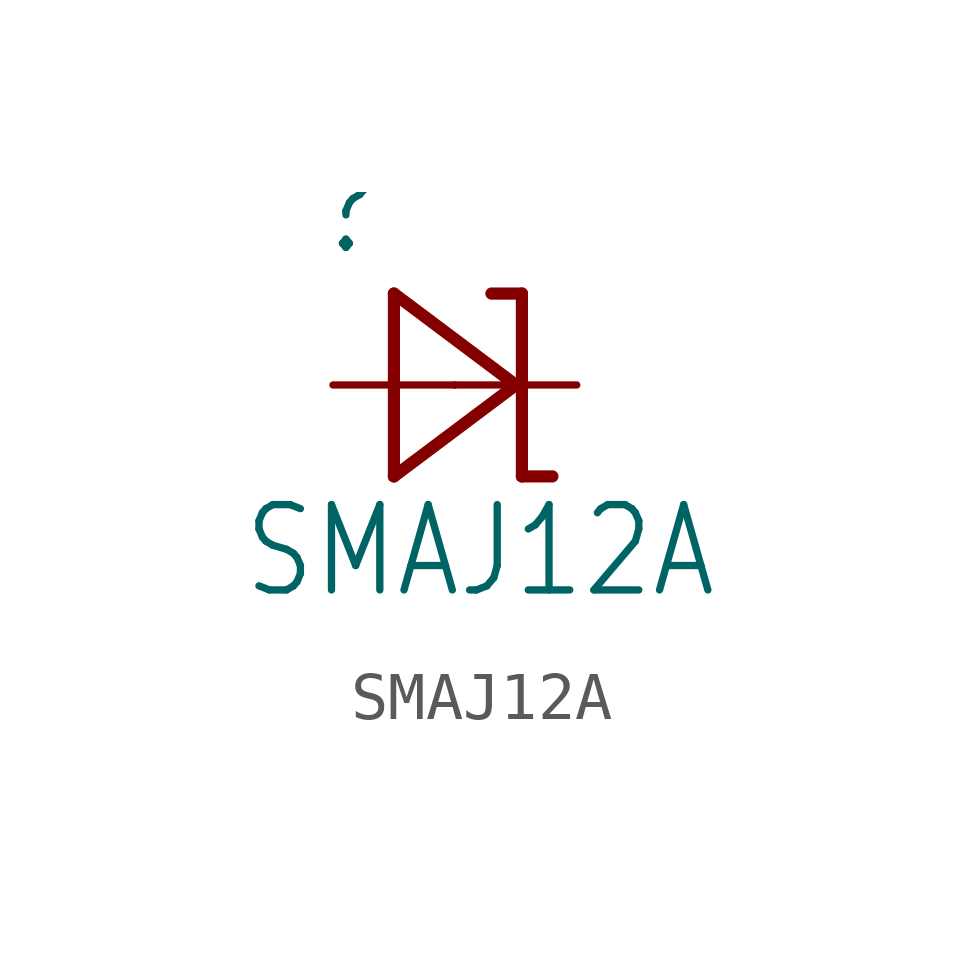
<source format=kicad_sym>
(kicad_symbol_lib
  (version 20211014)
  (generator kicad_symbol_editor)
  (symbol "SMAJ12A"
    (property "Reference" ""
      (at -2.946 2.642 0)
      (effects (font (size 1.778 1.511)) (justify left bottom)))
    (property "Value" "SMAJ12A"
      (at -4.47 -4.496 0)
      (effects (font (size 1.778 1.511)) (justify left bottom)))
    (property "ki_locked" ""
      (at 0 0 0)
      (effects (font (size 1.27 1.27))))
    (symbol "SMAJ12A_1_0"
      (polyline (pts (xy -1.27 -1.905) (xy 1.27 0)) (stroke (width 0.254) (type default) (color 0 0 0 0)) (fill (type none)))
      (polyline (pts (xy -1.27 1.905) (xy -1.27 -1.905)) (stroke (width 0.254) (type default) (color 0 0 0 0)) (fill (type none)))
      (polyline (pts (xy 1.27 0) (xy -1.27 1.905)) (stroke (width 0.254) (type default) (color 0 0 0 0)) (fill (type none)))
      (polyline (pts (xy 1.397 -1.905) (xy 2.032 -1.905)) (stroke (width 0.254) (type default) (color 0 0 0 0)) (fill (type none)))
      (polyline (pts (xy 1.397 1.905) (xy 0.762 1.905)) (stroke (width 0.254) (type default) (color 0 0 0 0)) (fill (type none)))
      (polyline (pts (xy 1.397 1.905) (xy 1.397 -1.905)) (stroke (width 0.254) (type default) (color 0 0 0 0)) (fill (type none)))
      (pin passive line (at -2.54 0 0) (length 2.54) (name "A" (effects (font (size 0 0)))) (number "A" (effects (font (size 0 0)))))
      (pin passive line (at 2.54 0 180) (length 2.54) (name "C" (effects (font (size 0 0)))) (number "K" (effects (font (size 0 0))))))))
</source>
